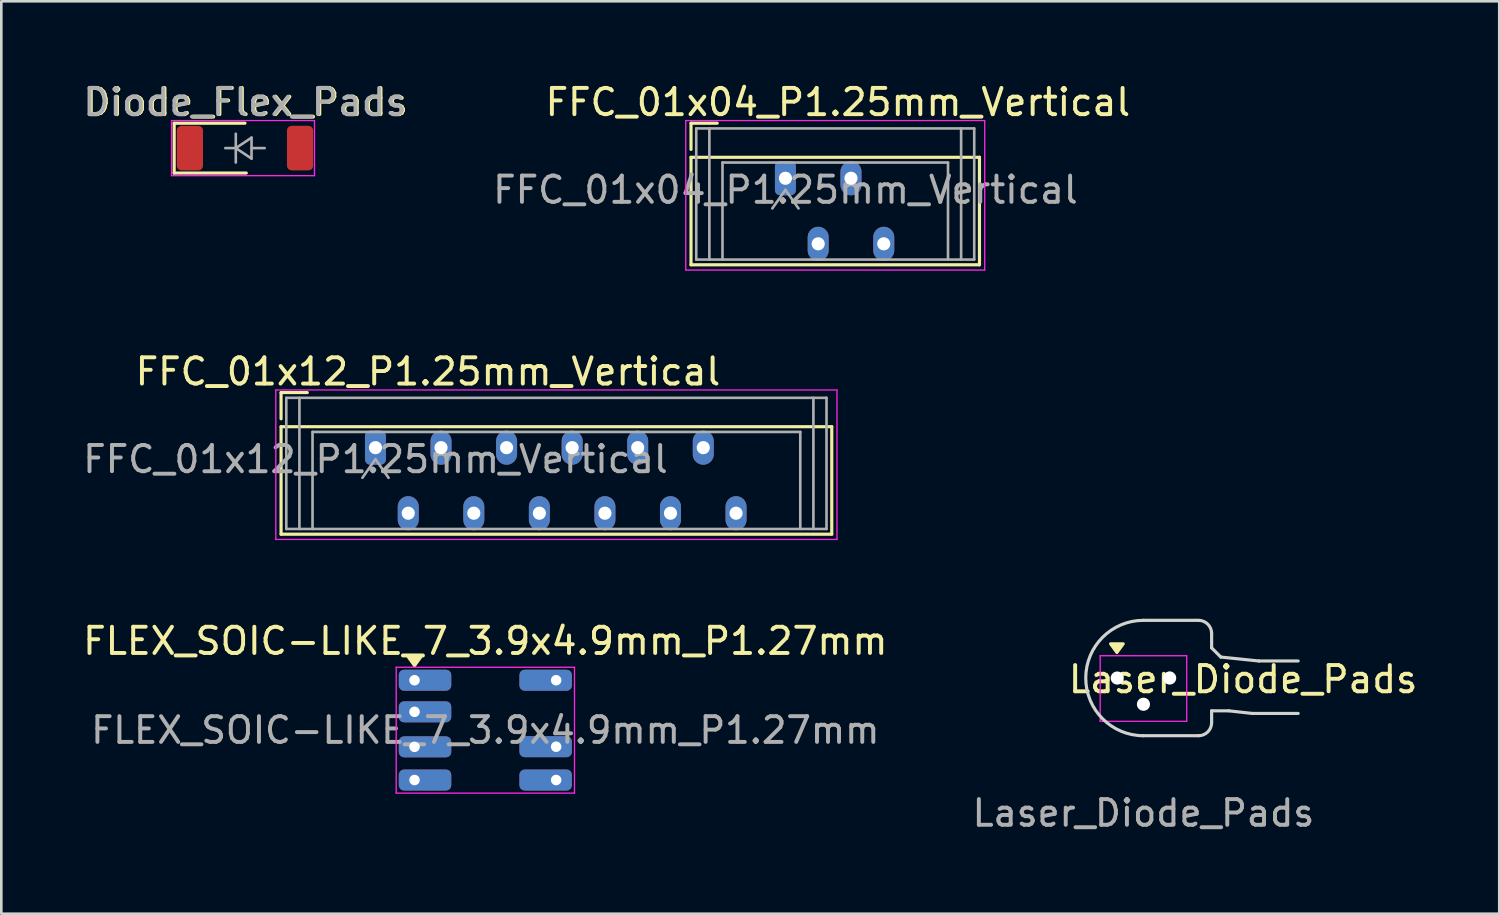
<source format=kicad_pcb>
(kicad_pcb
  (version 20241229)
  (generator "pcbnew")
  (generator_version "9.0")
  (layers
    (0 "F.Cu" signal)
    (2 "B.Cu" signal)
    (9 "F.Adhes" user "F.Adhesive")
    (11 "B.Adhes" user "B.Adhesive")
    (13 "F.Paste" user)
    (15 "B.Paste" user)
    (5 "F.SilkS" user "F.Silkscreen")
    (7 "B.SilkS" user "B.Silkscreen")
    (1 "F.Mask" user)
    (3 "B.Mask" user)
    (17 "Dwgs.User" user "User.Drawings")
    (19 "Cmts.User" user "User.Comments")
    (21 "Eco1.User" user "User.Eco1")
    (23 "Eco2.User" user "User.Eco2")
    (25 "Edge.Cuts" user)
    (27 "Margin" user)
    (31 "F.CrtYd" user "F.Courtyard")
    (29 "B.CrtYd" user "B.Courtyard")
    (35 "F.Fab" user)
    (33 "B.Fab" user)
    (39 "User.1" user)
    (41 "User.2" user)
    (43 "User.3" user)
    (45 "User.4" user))
  (footprint "FLEX_SOIC-LIKE_7_3.9x4.9mm_P1.27mm"
    (layer "F.Cu")
    (at 15.458 24.795)
    (property "Reference" "FLEX_SOIC-LIKE_7_3.9x4.9mm_P1.27mm" (at 0 -3.4 0) (layer "F.SilkS") (effects (font (size 1 1) (thickness 0.15))))
    (attr smd)
    (fp_poly (pts (xy -2.7 -2.465) (xy -2.94 -2.795) (xy -2.46 -2.795) (xy -2.7 -2.465)) (stroke (width 0.12) (type solid)) (fill yes) (layer "F.SilkS"))
    (fp_line (start -3.4 -2.4) (end -3.4 2.4) (stroke (width 0.05) (type solid)) (layer "F.CrtYd"))
    (fp_line (start -3.4 2.4) (end 3.4 2.4) (stroke (width 0.05) (type solid)) (layer "F.CrtYd"))
    (fp_line (start 3.4 -2.4) (end -3.4 -2.4) (stroke (width 0.05) (type solid)) (layer "F.CrtYd"))
    (fp_line (start 3.4 2.4) (end 3.4 -2.4) (stroke (width 0.05) (type solid)) (layer "F.CrtYd"))
    (fp_text user "${REFERENCE}" (at 0 0 0) (layer "F.Fab") (effects (font (size 0.98 0.98) (thickness 0.15))))
    (pad "1" thru_hole roundrect (at -2.7 -1.905) (size 2 0.8) (drill 0.4 (offset 0.4 0)) (layers "*.Cu" "*.Mask") (roundrect_rratio 0.25))
    (pad "2" thru_hole roundrect (at 2.7 -1.905 180) (size 2 0.8) (drill 0.4 (offset 0.4 0)) (layers "*.Cu" "*.Mask") (roundrect_rratio 0.25))
    (pad "3" thru_hole roundrect (at -2.7 -0.7) (size 2 0.8) (drill 0.4 (offset 0.4 0)) (layers "*.Cu" "*.Mask") (roundrect_rratio 0.25))
    (pad "5" thru_hole roundrect (at -2.7 0.635) (size 2 0.8) (drill 0.4 (offset 0.4 0)) (layers "*.Cu" "*.Mask") (roundrect_rratio 0.25))
    (pad "6" thru_hole roundrect (at 2.7 0.63 180) (size 2 0.8) (drill 0.4 (offset 0.4 0)) (layers "*.Cu" "*.Mask") (roundrect_rratio 0.25))
    (pad "7" thru_hole roundrect (at -2.7 1.9) (size 2 0.8) (drill 0.4 (offset 0.4 0)) (layers "*.Cu" "*.Mask") (roundrect_rratio 0.25))
    (pad "8" thru_hole roundrect (at 2.7 1.9 180) (size 2 0.8) (drill 0.4 (offset 0.4 0)) (layers "*.Cu" "*.Mask") (roundrect_rratio 0.25)))
  (footprint "Diode_Flex_Pads"
    (layer "F.Cu")
    (at 6.292 2.598)
    (property "Reference" "Diode_Flex_Pads" (at 0.05 -1.75 0) (layer "F.SilkS") (effects (font (size 1 1) (thickness 0.15))))
    (attr smd)
    (fp_line (start -2.7 -0.95) (end -2.7 0.95) (stroke (width 0.12) (type solid)) (layer "F.SilkS"))
    (fp_line (start -2.7 -0.95) (end 0 -0.95) (stroke (width 0.12) (type solid)) (layer "F.SilkS"))
    (fp_line (start -2.7 0.95) (end 0.05 0.95) (stroke (width 0.12) (type solid)) (layer "F.SilkS"))
    (fp_line (start -2.8 -1.05) (end -2.8 1.05) (stroke (width 0.05) (type solid)) (layer "F.CrtYd"))
    (fp_line (start -2.8 -1.05) (end 2.65 -1.05) (stroke (width 0.05) (type solid)) (layer "F.CrtYd"))
    (fp_line (start 2.65 -1.05) (end 2.65 1.05) (stroke (width 0.05) (type solid)) (layer "F.CrtYd"))
    (fp_line (start 2.65 1.05) (end -2.8 1.05) (stroke (width 0.05) (type solid)) (layer "F.CrtYd"))
    (fp_line (start -0.75 0) (end -0.35 0) (stroke (width 0.1) (type solid)) (layer "F.Fab"))
    (fp_line (start -0.35 0) (end -0.35 -0.55) (stroke (width 0.1) (type solid)) (layer "F.Fab"))
    (fp_line (start -0.35 0) (end -0.35 0.55) (stroke (width 0.1) (type solid)) (layer "F.Fab"))
    (fp_line (start -0.35 0) (end 0.25 -0.4) (stroke (width 0.1) (type solid)) (layer "F.Fab"))
    (fp_line (start 0.25 -0.4) (end 0.25 0.4) (stroke (width 0.1) (type solid)) (layer "F.Fab"))
    (fp_line (start 0.25 0) (end 0.75 0) (stroke (width 0.1) (type solid)) (layer "F.Fab"))
    (fp_line (start 0.25 0.4) (end -0.35 0) (stroke (width 0.1) (type solid)) (layer "F.Fab"))
    (fp_text user "${REFERENCE}" (at 0 -1.75 0) (layer "F.Fab") (effects (font (size 1 1) (thickness 0.15))))
    (pad "1" smd roundrect (at -2.1 0 180) (size 1 1.7) (layers "F.Cu" "F.Mask" "F.Paste") (roundrect_rratio 0.179))
    (pad "2" smd roundrect (at 2.1 0) (size 1 1.7) (layers "F.Cu" "F.Mask" "F.Paste") (roundrect_rratio 0.179)))
  (footprint "FFC_01x04_P1.25mm_Vertical"
    (layer "F.Cu")
    (at 26.901 3.748)
    (property "Reference" "FFC_01x04_P1.25mm_Vertical" (at 2 -2.9 0) (layer "F.SilkS") (effects (font (size 1 1) (thickness 0.15))))
    (attr through_hole)
    (fp_line (start -3.6 -2.1) (end -3.6 -1.1) (stroke (width 0.12) (type solid)) (layer "F.SilkS"))
    (fp_line (start -3.6 -2.1) (end -2.6 -2.1) (stroke (width 0.12) (type solid)) (layer "F.SilkS"))
    (fp_line (start -3.6 -0.8) (end -3.6 3.3) (stroke (width 0.12) (type solid)) (layer "F.SilkS"))
    (fp_line (start -3.6 3.3) (end 7.4 3.3) (stroke (width 0.12) (type solid)) (layer "F.SilkS"))
    (fp_line (start 7.4 -0.8) (end -3.6 -0.8) (stroke (width 0.12) (type solid)) (layer "F.SilkS"))
    (fp_line (start 7.4 3.3) (end 7.4 -0.8) (stroke (width 0.12) (type solid)) (layer "F.SilkS"))
    (fp_line (start -3.8 -2.2) (end -3.8 3.5) (stroke (width 0.05) (type solid)) (layer "F.CrtYd"))
    (fp_line (start -3.8 3.5) (end 7.6 3.5) (stroke (width 0.05) (type solid)) (layer "F.CrtYd"))
    (fp_line (start 7.6 -2.2) (end -3.8 -2.2) (stroke (width 0.05) (type solid)) (layer "F.CrtYd"))
    (fp_line (start 7.6 3.5) (end 7.6 -2.2) (stroke (width 0.05) (type solid)) (layer "F.CrtYd"))
    (fp_line (start -3.4 -1.9) (end -3.4 3.1) (stroke (width 0.1) (type solid)) (layer "F.Fab"))
    (fp_line (start -2.9 -1.9) (end -2.9 3.1) (stroke (width 0.1) (type solid)) (layer "F.Fab"))
    (fp_line (start -2.4 -0.6) (end 6.2 -0.6) (stroke (width 0.1) (type default)) (layer "F.Fab"))
    (fp_line (start -2.4 3.1) (end -2.4 -0.6) (stroke (width 0.1) (type default)) (layer "F.Fab"))
    (fp_line (start -0.5 1.15) (end 0 0.443) (stroke (width 0.1) (type solid)) (layer "F.Fab"))
    (fp_line (start 0 0.443) (end 0.5 1.15) (stroke (width 0.1) (type solid)) (layer "F.Fab"))
    (fp_line (start 6.2 3.1) (end 6.2 -0.6) (stroke (width 0.1) (type default)) (layer "F.Fab"))
    (fp_line (start 6.7 -1.9) (end 6.7 3.1) (stroke (width 0.1) (type solid)) (layer "F.Fab"))
    (fp_line (start 7.2 -1.9) (end -3.4 -1.9) (stroke (width 0.1) (type solid)) (layer "F.Fab"))
    (fp_line (start 7.2 -1.9) (end 7.2 3.1) (stroke (width 0.1) (type solid)) (layer "F.Fab"))
    (fp_line (start 7.2 3.1) (end -3.4 3.1) (stroke (width 0.1) (type solid)) (layer "F.Fab"))
    (fp_text user "${REFERENCE}" (at 0 0.443 0) (layer "F.Fab") (effects (font (size 1 1) (thickness 0.15))))
    (pad "1" thru_hole roundrect (at 0 0) (size 0.8 1.3) (drill 0.5) (layers "*.Cu" "*.Mask") (roundrect_rratio 0.25))
    (pad "2" thru_hole oval (at 1.25 2.5) (size 0.8 1.3) (drill 0.5) (layers "*.Cu" "*.Mask"))
    (pad "3" thru_hole oval (at 2.5 0) (size 0.8 1.3) (drill 0.5) (layers "*.Cu" "*.Mask"))
    (pad "4" thru_hole oval (at 3.75 2.5) (size 0.8 1.3) (drill 0.5) (layers "*.Cu" "*.Mask")))
  (footprint "Laser_Diode_Pads"
    (layer "F.Cu")
    (at 40.554 22.806)
    (property "Reference" "Laser_Diode_Pads" (at 3.8 0.05 0) (layer "F.SilkS") (effects (font (size 1 1) (thickness 0.15))))
    (attr smd)
    (fp_poly (pts (xy -1.012 -0.975) (xy -1.252 -1.305) (xy -0.772 -1.305) (xy -1.012 -0.975)) (stroke (width 0.12) (type solid)) (fill yes) (layer "F.SilkS"))
    (fp_line (start 0 2.2) (end 2.1 2.2) (stroke (width 0.12) (type default)) (layer "Edge.Cuts"))
    (fp_line (start 2.1 -2.2) (end 0 -2.2) (stroke (width 0.12) (type default)) (layer "Edge.Cuts"))
    (fp_line (start 2.6 -1.7) (end 2.6 -1.15) (stroke (width 0.12) (type default)) (layer "Edge.Cuts"))
    (fp_line (start 2.6 1.7) (end 2.6 1.25) (stroke (width 0.12) (type default)) (layer "Edge.Cuts"))
    (fp_line (start 2.95 -0.8) (end 2.6 -1.15) (stroke (width 0.12) (type default)) (layer "Edge.Cuts"))
    (fp_line (start 3.25 1.25) (end 2.6 1.25) (stroke (width 0.12) (type default)) (layer "Edge.Cuts"))
    (fp_line (start 3.25 1.25) (end 4.15 1.35) (stroke (width 0.12) (type default)) (layer "Edge.Cuts"))
    (fp_line (start 4.15 1.35) (end 5.9 1.35) (stroke (width 0.12) (type default)) (layer "Edge.Cuts"))
    (fp_line (start 4.4 -0.65) (end 2.95 -0.8) (stroke (width 0.12) (type default)) (layer "Edge.Cuts"))
    (fp_line (start 5.9 -0.65) (end 4.4 -0.65) (stroke (width 0.12) (type default)) (layer "Edge.Cuts"))
    (fp_arc (start 0 2.2) (mid -2.2 0) (end 0 -2.2) (stroke (width 0.12) (type default)) (layer "Edge.Cuts"))
    (fp_arc (start 2.1 -2.2) (mid 2.453553 -2.053553) (end 2.6 -1.7) (stroke (width 0.12) (type default)) (layer "Edge.Cuts"))
    (fp_arc (start 2.6 1.7) (mid 2.453553 2.053553) (end 2.1 2.2) (stroke (width 0.12) (type default)) (layer "Edge.Cuts"))
    (fp_line (start -1.65 -0.85) (end -1.65 1.65) (stroke (width 0.05) (type solid)) (layer "F.CrtYd"))
    (fp_line (start -1.65 1.65) (end 1.65 1.65) (stroke (width 0.05) (type solid)) (layer "F.CrtYd"))
    (fp_line (start 1.65 -0.85) (end -1.65 -0.85) (stroke (width 0.05) (type solid)) (layer "F.CrtYd"))
    (fp_line (start 1.65 1.65) (end 1.65 -0.85) (stroke (width 0.05) (type solid)) (layer "F.CrtYd"))
    (fp_text user "${REFERENCE}" (at 0 5.15 0) (layer "F.Fab") (effects (font (size 0.98 0.98) (thickness 0.15))))
    (pad "1" thru_hole roundrect (at -1 0 270) (size 1.6 1.2) (drill 0.5) (layers "*.Cu" "*.Mask") (remove_unused_layers yes) (zone_layer_connections) (roundrect_rratio 0) (chamfer_ratio 0.5) (chamfer top_left top_right))
    (pad "2" thru_hole roundrect (at 0 1) (size 1.6 1.2) (drill 0.5) (layers "*.Cu" "*.Mask") (remove_unused_layers yes) (zone_layer_connections) (roundrect_rratio 0) (chamfer_ratio 0.5) (chamfer top_left top_right))
    (pad "3" thru_hole roundrect (at 1 0 90) (size 1.6 1.2) (drill 0.5) (layers "*.Cu" "*.Mask") (remove_unused_layers yes) (zone_layer_connections) (roundrect_rratio 0) (chamfer_ratio 0.5) (chamfer top_left top_right)))
  (footprint "FFC_01x12_P1.25mm_Vertical"
    (layer "F.Cu")
    (at 11.268 14.021)
    (property "Reference" "FFC_01x12_P1.25mm_Vertical" (at 2 -2.9 0) (layer "F.SilkS") (effects (font (size 1 1) (thickness 0.15))))
    (attr through_hole)
    (fp_line (start -3.6 -2.1) (end -3.6 -1.1) (stroke (width 0.12) (type solid)) (layer "F.SilkS"))
    (fp_line (start -3.6 -2.1) (end -2.6 -2.1) (stroke (width 0.12) (type solid)) (layer "F.SilkS"))
    (fp_line (start -3.6 -0.8) (end -3.6 3.3) (stroke (width 0.12) (type solid)) (layer "F.SilkS"))
    (fp_line (start -3.6 3.3) (end 17.4 3.3) (stroke (width 0.12) (type solid)) (layer "F.SilkS"))
    (fp_line (start 17.4 -0.8) (end -3.6 -0.8) (stroke (width 0.12) (type solid)) (layer "F.SilkS"))
    (fp_line (start 17.4 3.3) (end 17.4 -0.8) (stroke (width 0.12) (type solid)) (layer "F.SilkS"))
    (fp_line (start -3.8 -2.2) (end -3.8 3.5) (stroke (width 0.05) (type solid)) (layer "F.CrtYd"))
    (fp_line (start -3.8 3.5) (end 17.6 3.5) (stroke (width 0.05) (type solid)) (layer "F.CrtYd"))
    (fp_line (start 17.6 -2.2) (end -3.8 -2.2) (stroke (width 0.05) (type solid)) (layer "F.CrtYd"))
    (fp_line (start 17.6 3.5) (end 17.6 -2.2) (stroke (width 0.05) (type solid)) (layer "F.CrtYd"))
    (fp_line (start -3.4 -1.9) (end -3.4 3.1) (stroke (width 0.1) (type solid)) (layer "F.Fab"))
    (fp_line (start -2.9 -1.9) (end -2.9 3.1) (stroke (width 0.1) (type solid)) (layer "F.Fab"))
    (fp_line (start -2.4 -0.6) (end 16.2 -0.6) (stroke (width 0.1) (type default)) (layer "F.Fab"))
    (fp_line (start -2.4 3.1) (end -2.4 -0.6) (stroke (width 0.1) (type default)) (layer "F.Fab"))
    (fp_line (start -0.5 1.15) (end 0 0.443) (stroke (width 0.1) (type solid)) (layer "F.Fab"))
    (fp_line (start 0 0.443) (end 0.5 1.15) (stroke (width 0.1) (type solid)) (layer "F.Fab"))
    (fp_line (start 16.2 3.1) (end 16.2 -0.6) (stroke (width 0.1) (type default)) (layer "F.Fab"))
    (fp_line (start 16.7 -1.9) (end 16.7 3.1) (stroke (width 0.1) (type solid)) (layer "F.Fab"))
    (fp_line (start 17.2 -1.9) (end -3.4 -1.9) (stroke (width 0.1) (type solid)) (layer "F.Fab"))
    (fp_line (start 17.2 -1.9) (end 17.2 3.1) (stroke (width 0.1) (type solid)) (layer "F.Fab"))
    (fp_line (start 17.2 3.1) (end -3.4 3.1) (stroke (width 0.1) (type solid)) (layer "F.Fab"))
    (fp_text user "${REFERENCE}" (at 0 0.443 0) (layer "F.Fab") (effects (font (size 1 1) (thickness 0.15))))
    (pad "1" thru_hole roundrect (at 0 0) (size 0.8 1.3) (drill 0.5) (layers "*.Cu" "*.Mask") (roundrect_rratio 0.25))
    (pad "2" thru_hole oval (at 1.25 2.5) (size 0.8 1.3) (drill 0.5) (layers "*.Cu" "*.Mask"))
    (pad "3" thru_hole oval (at 2.5 0) (size 0.8 1.3) (drill 0.5) (layers "*.Cu" "*.Mask"))
    (pad "4" thru_hole oval (at 3.75 2.5) (size 0.8 1.3) (drill 0.5) (layers "*.Cu" "*.Mask"))
    (pad "5" thru_hole oval (at 5 0) (size 0.8 1.3) (drill 0.5) (layers "*.Cu" "*.Mask"))
    (pad "6" thru_hole oval (at 6.25 2.5) (size 0.8 1.3) (drill 0.5) (layers "*.Cu" "*.Mask"))
    (pad "7" thru_hole oval (at 7.5 0) (size 0.8 1.3) (drill 0.5) (layers "*.Cu" "*.Mask"))
    (pad "8" thru_hole oval (at 8.75 2.5) (size 0.8 1.3) (drill 0.5) (layers "*.Cu" "*.Mask"))
    (pad "9" thru_hole oval (at 10 0) (size 0.8 1.3) (drill 0.5) (layers "*.Cu" "*.Mask"))
    (pad "10" thru_hole oval (at 11.25 2.5) (size 0.8 1.3) (drill 0.5) (layers "*.Cu" "*.Mask"))
    (pad "11" thru_hole oval (at 12.5 0) (size 0.8 1.3) (drill 0.5) (layers "*.Cu" "*.Mask"))
    (pad "12" thru_hole oval (at 13.75 2.5) (size 0.8 1.3) (drill 0.5) (layers "*.Cu" "*.Mask")))
  (gr_rect
    (start -3 -3)
    (end 54.122 31.793)
    (stroke (width 0.1) (type default))
    (fill no)
    (layer "Edge.Cuts")))
</source>
